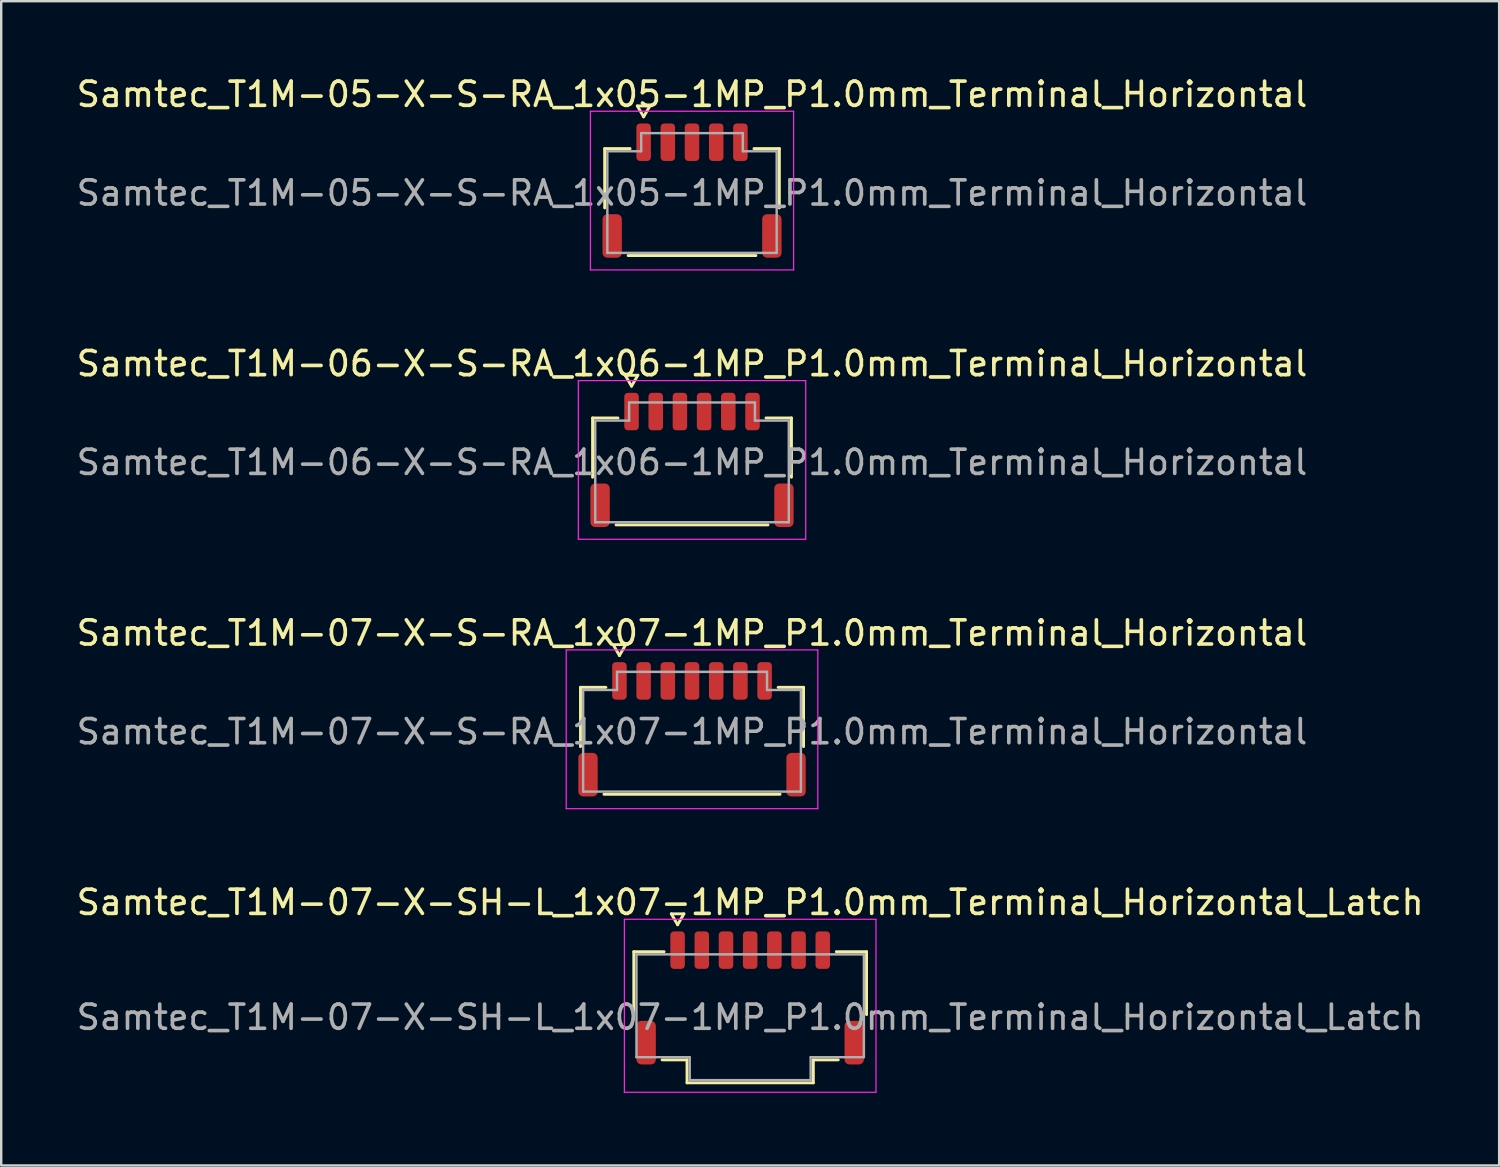
<source format=kicad_pcb>
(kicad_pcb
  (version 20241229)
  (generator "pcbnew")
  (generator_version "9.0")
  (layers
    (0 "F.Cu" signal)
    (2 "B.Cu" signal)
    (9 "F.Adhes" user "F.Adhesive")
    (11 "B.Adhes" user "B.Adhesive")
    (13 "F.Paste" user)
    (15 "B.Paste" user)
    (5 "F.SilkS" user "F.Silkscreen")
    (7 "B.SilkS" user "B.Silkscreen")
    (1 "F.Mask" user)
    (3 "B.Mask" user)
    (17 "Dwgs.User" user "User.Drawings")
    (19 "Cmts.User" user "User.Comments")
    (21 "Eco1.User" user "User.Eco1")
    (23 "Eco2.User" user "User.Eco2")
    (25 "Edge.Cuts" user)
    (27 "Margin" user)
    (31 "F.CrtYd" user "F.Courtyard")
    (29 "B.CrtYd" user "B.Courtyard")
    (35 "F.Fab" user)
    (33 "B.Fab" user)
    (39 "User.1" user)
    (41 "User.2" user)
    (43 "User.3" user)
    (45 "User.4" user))
  (footprint "Samtec_T1M-07-X-S-RA_1x07-1MP_P1.0mm_Terminal_Horizontal"
    (layer "F.Cu")
    (at 25.554 27.195)
    (property "Reference" "Samtec_T1M-07-X-S-RA_1x07-1MP_P1.0mm_Terminal_Horizontal" (at 0 -4.08 0) (layer "F.SilkS") (effects (font (size 1 1) (thickness 0.15))))
    (attr smd)
    (fp_line (start -4.61 -1.835) (end -3.56 -1.835) (stroke (width 0.12) (type solid)) (layer "F.SilkS"))
    (fp_line (start -4.61 0.615) (end -4.61 -1.835) (stroke (width 0.12) (type solid)) (layer "F.SilkS"))
    (fp_line (start -3.26 -3.6) (end -3 -3.15) (stroke (width 0.12) (type solid)) (layer "F.SilkS"))
    (fp_line (start -3 -3.15) (end -2.74 -3.6) (stroke (width 0.12) (type solid)) (layer "F.SilkS"))
    (fp_line (start -2.74 -3.6) (end -3.26 -3.6) (stroke (width 0.12) (type solid)) (layer "F.SilkS"))
    (fp_line (start 3.56 -1.835) (end 4.61 -1.835) (stroke (width 0.12) (type solid)) (layer "F.SilkS"))
    (fp_line (start 3.64 2.585) (end -3.64 2.585) (stroke (width 0.12) (type solid)) (layer "F.SilkS"))
    (fp_line (start 4.61 -1.835) (end 4.61 0.615) (stroke (width 0.12) (type solid)) (layer "F.SilkS"))
    (fp_line (start -5.2 -3.38) (end -5.2 3.18) (stroke (width 0.05) (type solid)) (layer "F.CrtYd"))
    (fp_line (start -5.2 3.18) (end 5.2 3.18) (stroke (width 0.05) (type solid)) (layer "F.CrtYd"))
    (fp_line (start 5.2 -3.38) (end -5.2 -3.38) (stroke (width 0.05) (type solid)) (layer "F.CrtYd"))
    (fp_line (start 5.2 3.18) (end 5.2 -3.38) (stroke (width 0.05) (type solid)) (layer "F.CrtYd"))
    (fp_line (start -4.5 -1.725) (end -3.1 -1.725) (stroke (width 0.1) (type solid)) (layer "F.Fab"))
    (fp_line (start -4.5 2.475) (end -4.5 -1.725) (stroke (width 0.1) (type solid)) (layer "F.Fab"))
    (fp_line (start -3.1 -2.475) (end 3.1 -2.475) (stroke (width 0.1) (type solid)) (layer "F.Fab"))
    (fp_line (start -3.1 -1.725) (end -3.1 -2.475) (stroke (width 0.1) (type solid)) (layer "F.Fab"))
    (fp_line (start 3.1 -2.475) (end 3.1 -1.725) (stroke (width 0.1) (type solid)) (layer "F.Fab"))
    (fp_line (start 3.1 -1.725) (end 4.5 -1.725) (stroke (width 0.1) (type solid)) (layer "F.Fab"))
    (fp_line (start 4.5 -1.725) (end 4.5 2.475) (stroke (width 0.1) (type solid)) (layer "F.Fab"))
    (fp_line (start 4.5 2.475) (end -4.5 2.475) (stroke (width 0.1) (type solid)) (layer "F.Fab"))
    (fp_text user "${REFERENCE}" (at 0 0 0) (layer "F.Fab") (effects (font (size 1 1) (thickness 0.15))))
    (pad "1" smd roundrect (at -3 -2.1) (size 0.6 1.55) (layers "F.Cu" "F.Mask" "F.Paste") (roundrect_rratio 0.25))
    (pad "2" smd roundrect (at -2 -2.1) (size 0.6 1.55) (layers "F.Cu" "F.Mask" "F.Paste") (roundrect_rratio 0.25))
    (pad "3" smd roundrect (at -1 -2.1) (size 0.6 1.55) (layers "F.Cu" "F.Mask" "F.Paste") (roundrect_rratio 0.25))
    (pad "4" smd roundrect (at 0 -2.1) (size 0.6 1.55) (layers "F.Cu" "F.Mask" "F.Paste") (roundrect_rratio 0.25))
    (pad "5" smd roundrect (at 1 -2.1) (size 0.6 1.55) (layers "F.Cu" "F.Mask" "F.Paste") (roundrect_rratio 0.25))
    (pad "6" smd roundrect (at 2 -2.1) (size 0.6 1.55) (layers "F.Cu" "F.Mask" "F.Paste") (roundrect_rratio 0.25))
    (pad "7" smd roundrect (at 3 -2.1) (size 0.6 1.55) (layers "F.Cu" "F.Mask" "F.Paste") (roundrect_rratio 0.25))
    (pad "MP" smd roundrect (at -4.3 1.775) (size 0.8 1.8) (layers "F.Cu" "F.Mask" "F.Paste") (roundrect_rratio 0.25))
    (pad "MP" smd roundrect (at 4.3 1.775) (size 0.8 1.8) (layers "F.Cu" "F.Mask" "F.Paste") (roundrect_rratio 0.25)))
  (footprint "Samtec_T1M-05-X-S-RA_1x05-1MP_P1.0mm_Terminal_Horizontal"
    (layer "F.Cu")
    (at 25.554 4.928)
    (property "Reference" "Samtec_T1M-05-X-S-RA_1x05-1MP_P1.0mm_Terminal_Horizontal" (at 0 -4.08 0) (layer "F.SilkS") (effects (font (size 1 1) (thickness 0.15))))
    (attr smd)
    (fp_line (start -3.61 -1.835) (end -2.56 -1.835) (stroke (width 0.12) (type solid)) (layer "F.SilkS"))
    (fp_line (start -3.61 0.615) (end -3.61 -1.835) (stroke (width 0.12) (type solid)) (layer "F.SilkS"))
    (fp_line (start -2.26 -3.6) (end -2 -3.15) (stroke (width 0.12) (type solid)) (layer "F.SilkS"))
    (fp_line (start -2 -3.15) (end -1.74 -3.6) (stroke (width 0.12) (type solid)) (layer "F.SilkS"))
    (fp_line (start -1.74 -3.6) (end -2.26 -3.6) (stroke (width 0.12) (type solid)) (layer "F.SilkS"))
    (fp_line (start 2.56 -1.835) (end 3.61 -1.835) (stroke (width 0.12) (type solid)) (layer "F.SilkS"))
    (fp_line (start 2.64 2.585) (end -2.64 2.585) (stroke (width 0.12) (type solid)) (layer "F.SilkS"))
    (fp_line (start 3.61 -1.835) (end 3.61 0.615) (stroke (width 0.12) (type solid)) (layer "F.SilkS"))
    (fp_line (start -4.2 -3.38) (end -4.2 3.18) (stroke (width 0.05) (type solid)) (layer "F.CrtYd"))
    (fp_line (start -4.2 3.18) (end 4.2 3.18) (stroke (width 0.05) (type solid)) (layer "F.CrtYd"))
    (fp_line (start 4.2 -3.38) (end -4.2 -3.38) (stroke (width 0.05) (type solid)) (layer "F.CrtYd"))
    (fp_line (start 4.2 3.18) (end 4.2 -3.38) (stroke (width 0.05) (type solid)) (layer "F.CrtYd"))
    (fp_line (start -3.5 -1.725) (end -2.1 -1.725) (stroke (width 0.1) (type solid)) (layer "F.Fab"))
    (fp_line (start -3.5 2.475) (end -3.5 -1.725) (stroke (width 0.1) (type solid)) (layer "F.Fab"))
    (fp_line (start -2.1 -2.475) (end 2.1 -2.475) (stroke (width 0.1) (type solid)) (layer "F.Fab"))
    (fp_line (start -2.1 -1.725) (end -2.1 -2.475) (stroke (width 0.1) (type solid)) (layer "F.Fab"))
    (fp_line (start 2.1 -2.475) (end 2.1 -1.725) (stroke (width 0.1) (type solid)) (layer "F.Fab"))
    (fp_line (start 2.1 -1.725) (end 3.5 -1.725) (stroke (width 0.1) (type solid)) (layer "F.Fab"))
    (fp_line (start 3.5 -1.725) (end 3.5 2.475) (stroke (width 0.1) (type solid)) (layer "F.Fab"))
    (fp_line (start 3.5 2.475) (end -3.5 2.475) (stroke (width 0.1) (type solid)) (layer "F.Fab"))
    (fp_text user "${REFERENCE}" (at 0 0 0) (layer "F.Fab") (effects (font (size 1 1) (thickness 0.15))))
    (pad "1" smd roundrect (at -2 -2.1) (size 0.6 1.55) (layers "F.Cu" "F.Mask" "F.Paste") (roundrect_rratio 0.25))
    (pad "2" smd roundrect (at -1 -2.1) (size 0.6 1.55) (layers "F.Cu" "F.Mask" "F.Paste") (roundrect_rratio 0.25))
    (pad "3" smd roundrect (at 0 -2.1) (size 0.6 1.55) (layers "F.Cu" "F.Mask" "F.Paste") (roundrect_rratio 0.25))
    (pad "4" smd roundrect (at 1 -2.1) (size 0.6 1.55) (layers "F.Cu" "F.Mask" "F.Paste") (roundrect_rratio 0.25))
    (pad "5" smd roundrect (at 2 -2.1) (size 0.6 1.55) (layers "F.Cu" "F.Mask" "F.Paste") (roundrect_rratio 0.25))
    (pad "MP" smd roundrect (at -3.3 1.775) (size 0.8 1.8) (layers "F.Cu" "F.Mask" "F.Paste") (roundrect_rratio 0.25))
    (pad "MP" smd roundrect (at 3.3 1.775) (size 0.8 1.8) (layers "F.Cu" "F.Mask" "F.Paste") (roundrect_rratio 0.25)))
  (footprint "Samtec_T1M-06-X-S-RA_1x06-1MP_P1.0mm_Terminal_Horizontal"
    (layer "F.Cu")
    (at 25.554 16.061)
    (property "Reference" "Samtec_T1M-06-X-S-RA_1x06-1MP_P1.0mm_Terminal_Horizontal" (at 0 -4.08 0) (layer "F.SilkS") (effects (font (size 1 1) (thickness 0.15))))
    (attr smd)
    (fp_line (start -4.11 -1.835) (end -3.06 -1.835) (stroke (width 0.12) (type solid)) (layer "F.SilkS"))
    (fp_line (start -4.11 0.615) (end -4.11 -1.835) (stroke (width 0.12) (type solid)) (layer "F.SilkS"))
    (fp_line (start -2.76 -3.6) (end -2.5 -3.15) (stroke (width 0.12) (type solid)) (layer "F.SilkS"))
    (fp_line (start -2.5 -3.15) (end -2.24 -3.6) (stroke (width 0.12) (type solid)) (layer "F.SilkS"))
    (fp_line (start -2.24 -3.6) (end -2.76 -3.6) (stroke (width 0.12) (type solid)) (layer "F.SilkS"))
    (fp_line (start 3.06 -1.835) (end 4.11 -1.835) (stroke (width 0.12) (type solid)) (layer "F.SilkS"))
    (fp_line (start 3.14 2.585) (end -3.14 2.585) (stroke (width 0.12) (type solid)) (layer "F.SilkS"))
    (fp_line (start 4.11 -1.835) (end 4.11 0.615) (stroke (width 0.12) (type solid)) (layer "F.SilkS"))
    (fp_line (start -4.7 -3.38) (end -4.7 3.18) (stroke (width 0.05) (type solid)) (layer "F.CrtYd"))
    (fp_line (start -4.7 3.18) (end 4.7 3.18) (stroke (width 0.05) (type solid)) (layer "F.CrtYd"))
    (fp_line (start 4.7 -3.38) (end -4.7 -3.38) (stroke (width 0.05) (type solid)) (layer "F.CrtYd"))
    (fp_line (start 4.7 3.18) (end 4.7 -3.38) (stroke (width 0.05) (type solid)) (layer "F.CrtYd"))
    (fp_line (start -4 -1.725) (end -2.6 -1.725) (stroke (width 0.1) (type solid)) (layer "F.Fab"))
    (fp_line (start -4 2.475) (end -4 -1.725) (stroke (width 0.1) (type solid)) (layer "F.Fab"))
    (fp_line (start -2.6 -2.475) (end 2.6 -2.475) (stroke (width 0.1) (type solid)) (layer "F.Fab"))
    (fp_line (start -2.6 -1.725) (end -2.6 -2.475) (stroke (width 0.1) (type solid)) (layer "F.Fab"))
    (fp_line (start 2.6 -2.475) (end 2.6 -1.725) (stroke (width 0.1) (type solid)) (layer "F.Fab"))
    (fp_line (start 2.6 -1.725) (end 4 -1.725) (stroke (width 0.1) (type solid)) (layer "F.Fab"))
    (fp_line (start 4 -1.725) (end 4 2.475) (stroke (width 0.1) (type solid)) (layer "F.Fab"))
    (fp_line (start 4 2.475) (end -4 2.475) (stroke (width 0.1) (type solid)) (layer "F.Fab"))
    (fp_text user "${REFERENCE}" (at 0 0 0) (layer "F.Fab") (effects (font (size 1 1) (thickness 0.15))))
    (pad "1" smd roundrect (at -2.5 -2.1) (size 0.6 1.55) (layers "F.Cu" "F.Mask" "F.Paste") (roundrect_rratio 0.25))
    (pad "2" smd roundrect (at -1.5 -2.1) (size 0.6 1.55) (layers "F.Cu" "F.Mask" "F.Paste") (roundrect_rratio 0.25))
    (pad "3" smd roundrect (at -0.5 -2.1) (size 0.6 1.55) (layers "F.Cu" "F.Mask" "F.Paste") (roundrect_rratio 0.25))
    (pad "4" smd roundrect (at 0.5 -2.1) (size 0.6 1.55) (layers "F.Cu" "F.Mask" "F.Paste") (roundrect_rratio 0.25))
    (pad "5" smd roundrect (at 1.5 -2.1) (size 0.6 1.55) (layers "F.Cu" "F.Mask" "F.Paste") (roundrect_rratio 0.25))
    (pad "6" smd roundrect (at 2.5 -2.1) (size 0.6 1.55) (layers "F.Cu" "F.Mask" "F.Paste") (roundrect_rratio 0.25))
    (pad "MP" smd roundrect (at -3.8 1.775) (size 0.8 1.8) (layers "F.Cu" "F.Mask" "F.Paste") (roundrect_rratio 0.25))
    (pad "MP" smd roundrect (at 3.8 1.775) (size 0.8 1.8) (layers "F.Cu" "F.Mask" "F.Paste") (roundrect_rratio 0.25)))
  (footprint "Samtec_T1M-07-X-SH-L_1x07-1MP_P1.0mm_Terminal_Horizontal_Latch"
    (layer "F.Cu")
    (at 27.958 38.998)
    (property "Reference" "Samtec_T1M-07-X-SH-L_1x07-1MP_P1.0mm_Terminal_Horizontal_Latch" (at 0 -4.75 0) (layer "F.SilkS") (effects (font (size 1 1) (thickness 0.15))))
    (attr smd)
    (fp_line (start -4.81 -2.71) (end -3.56 -2.71) (stroke (width 0.12) (type solid)) (layer "F.SilkS"))
    (fp_line (start -4.81 -0.11) (end -4.81 -2.71) (stroke (width 0.12) (type solid)) (layer "F.SilkS"))
    (fp_line (start -3.26 -4.275) (end -3 -3.825) (stroke (width 0.12) (type solid)) (layer "F.SilkS"))
    (fp_line (start -3 -3.825) (end -2.74 -4.275) (stroke (width 0.12) (type solid)) (layer "F.SilkS"))
    (fp_line (start -2.74 -4.275) (end -3.26 -4.275) (stroke (width 0.12) (type solid)) (layer "F.SilkS"))
    (fp_line (start -2.61 1.76) (end -3.64 1.76) (stroke (width 0.12) (type solid)) (layer "F.SilkS"))
    (fp_line (start -2.61 2.71) (end -2.61 1.76) (stroke (width 0.12) (type solid)) (layer "F.SilkS"))
    (fp_line (start 2.61 1.76) (end 2.61 2.71) (stroke (width 0.12) (type solid)) (layer "F.SilkS"))
    (fp_line (start 2.61 2.71) (end -2.61 2.71) (stroke (width 0.12) (type solid)) (layer "F.SilkS"))
    (fp_line (start 3.56 -2.71) (end 4.81 -2.71) (stroke (width 0.12) (type solid)) (layer "F.SilkS"))
    (fp_line (start 3.64 1.76) (end 2.61 1.76) (stroke (width 0.12) (type solid)) (layer "F.SilkS"))
    (fp_line (start 4.81 -2.71) (end 4.81 -0.11) (stroke (width 0.12) (type solid)) (layer "F.SilkS"))
    (fp_line (start -5.2 -4.05) (end -5.2 3.1) (stroke (width 0.05) (type solid)) (layer "F.CrtYd"))
    (fp_line (start -5.2 3.1) (end 5.2 3.1) (stroke (width 0.05) (type solid)) (layer "F.CrtYd"))
    (fp_line (start 5.2 -4.05) (end -5.2 -4.05) (stroke (width 0.05) (type solid)) (layer "F.CrtYd"))
    (fp_line (start 5.2 3.1) (end 5.2 -4.05) (stroke (width 0.05) (type solid)) (layer "F.CrtYd"))
    (fp_line (start -4.7 -2.6) (end 4.7 -2.6) (stroke (width 0.1) (type solid)) (layer "F.Fab"))
    (fp_line (start -4.7 1.65) (end -4.7 -2.6) (stroke (width 0.1) (type solid)) (layer "F.Fab"))
    (fp_line (start -2.5 1.65) (end -4.7 1.65) (stroke (width 0.1) (type solid)) (layer "F.Fab"))
    (fp_line (start -2.5 2.6) (end -2.5 1.65) (stroke (width 0.1) (type solid)) (layer "F.Fab"))
    (fp_line (start 2.5 1.65) (end 2.5 2.6) (stroke (width 0.1) (type solid)) (layer "F.Fab"))
    (fp_line (start 2.5 2.6) (end -2.5 2.6) (stroke (width 0.1) (type solid)) (layer "F.Fab"))
    (fp_line (start 4.7 -2.6) (end 4.7 1.65) (stroke (width 0.1) (type solid)) (layer "F.Fab"))
    (fp_line (start 4.7 1.65) (end 2.5 1.65) (stroke (width 0.1) (type solid)) (layer "F.Fab"))
    (fp_text user "${REFERENCE}" (at 0 0 0) (layer "F.Fab") (effects (font (size 1 1) (thickness 0.15))))
    (pad "1" smd roundrect (at -3 -2.775) (size 0.6 1.55) (layers "F.Cu" "F.Mask" "F.Paste") (roundrect_rratio 0.25))
    (pad "2" smd roundrect (at -2 -2.775) (size 0.6 1.55) (layers "F.Cu" "F.Mask" "F.Paste") (roundrect_rratio 0.25))
    (pad "3" smd roundrect (at -1 -2.775) (size 0.6 1.55) (layers "F.Cu" "F.Mask" "F.Paste") (roundrect_rratio 0.25))
    (pad "4" smd roundrect (at 0 -2.775) (size 0.6 1.55) (layers "F.Cu" "F.Mask" "F.Paste") (roundrect_rratio 0.25))
    (pad "5" smd roundrect (at 1 -2.775) (size 0.6 1.55) (layers "F.Cu" "F.Mask" "F.Paste") (roundrect_rratio 0.25))
    (pad "6" smd roundrect (at 2 -2.775) (size 0.6 1.55) (layers "F.Cu" "F.Mask" "F.Paste") (roundrect_rratio 0.25))
    (pad "7" smd roundrect (at 3 -2.775) (size 0.6 1.55) (layers "F.Cu" "F.Mask" "F.Paste") (roundrect_rratio 0.25))
    (pad "MP" smd roundrect (at -4.3 1.05) (size 0.8 1.8) (layers "F.Cu" "F.Mask" "F.Paste") (roundrect_rratio 0.25))
    (pad "MP" smd roundrect (at 4.3 1.05) (size 0.8 1.8) (layers "F.Cu" "F.Mask" "F.Paste") (roundrect_rratio 0.25)))
  (gr_rect
    (start -3 -3)
    (end 58.917 45.123)
    (stroke (width 0.1) (type default))
    (fill no)
    (layer "Edge.Cuts")))
</source>
